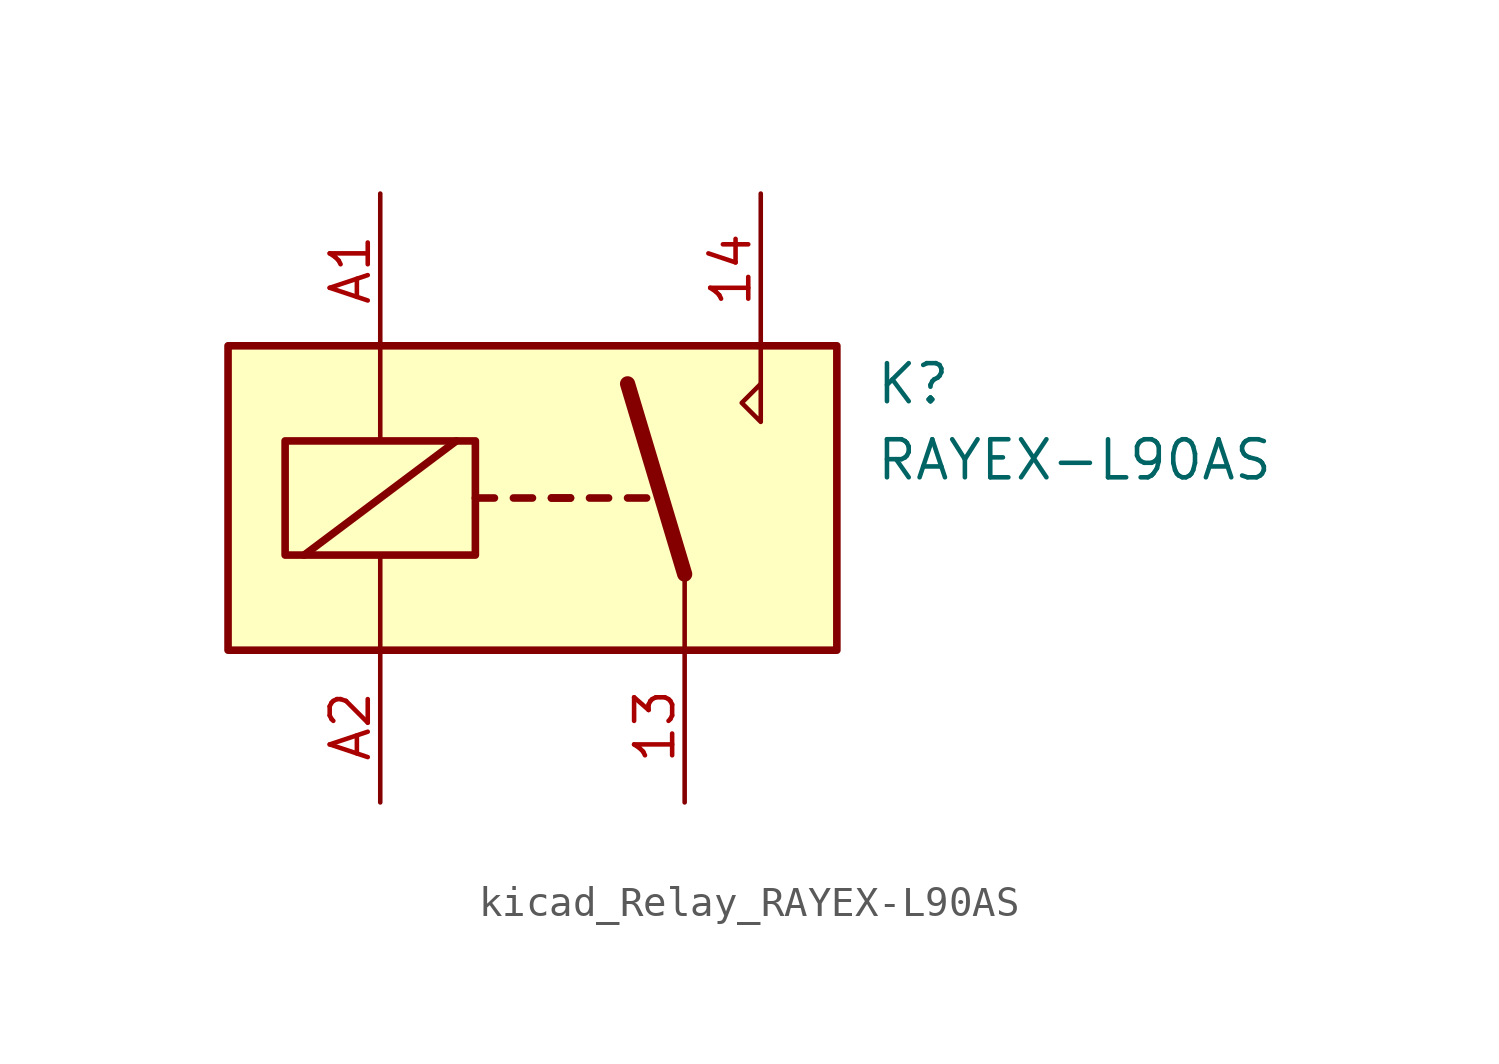
<source format=kicad_sym>
(kicad_symbol_lib
  (version 20220914)
  (generator kicad_symbol_editor)
  (symbol "kicad_Relay_RAYEX-L90AS"
    (property "Reference" "K"
      (at 11.43 3.81 0)
      (effects (font (size 1.27 1.27)) (justify left)))
    (property "Value" "RAYEX-L90AS"
      (at 11.43 1.27 0)
      (effects (font (size 1.27 1.27)) (justify left)))
    (symbol "kicad_Relay_RAYEX-L90AS_1_0"
      (polyline (pts (xy 7.62 3.81) (xy 7.62 5.08)) (stroke (width 0) (type default)) (fill (type none)))
      (polyline (pts (xy 7.62 3.81) (xy 7.62 2.54) (xy 6.985 3.175) (xy 7.62 3.81)) (stroke (width 0) (type default)) (fill (type none))))
    (symbol "kicad_Relay_RAYEX-L90AS_1_1"
      (rectangle (start -10.16 5.08) (end 10.16 -5.08) (stroke (width 0.254) (type default)) (fill (type background)))
      (rectangle (start -8.255 1.905) (end -1.905 -1.905) (stroke (width 0.254) (type default)) (fill (type none)))
      (polyline (pts (xy -7.62 -1.905) (xy -2.54 1.905)) (stroke (width 0.254) (type default)) (fill (type none)))
      (polyline (pts (xy -5.08 -5.08) (xy -5.08 -1.905)) (stroke (width 0) (type default)) (fill (type none)))
      (polyline (pts (xy -5.08 5.08) (xy -5.08 1.905)) (stroke (width 0) (type default)) (fill (type none)))
      (polyline (pts (xy -1.905 0) (xy -1.27 0)) (stroke (width 0.254) (type default)) (fill (type none)))
      (polyline (pts (xy -0.635 0) (xy 0 0)) (stroke (width 0.254) (type default)) (fill (type none)))
      (polyline (pts (xy 0.635 0) (xy 1.27 0)) (stroke (width 0.254) (type default)) (fill (type none)))
      (polyline (pts (xy 0.635 0) (xy 1.27 0)) (stroke (width 0.254) (type default)) (fill (type none)))
      (polyline (pts (xy 1.905 0) (xy 2.54 0)) (stroke (width 0.254) (type default)) (fill (type none)))
      (polyline (pts (xy 3.175 0) (xy 3.81 0)) (stroke (width 0.254) (type default)) (fill (type none)))
      (polyline (pts (xy 5.08 -2.54) (xy 3.175 3.81)) (stroke (width 0.508) (type default)) (fill (type none)))
      (polyline (pts (xy 5.08 -2.54) (xy 5.08 -5.08)) (stroke (width 0) (type default)) (fill (type none)))
      (pin passive line (at 5.08 -10.16 90) (length 5.08) (name "~" (effects (font (size 1.27 1.27)))) (number "13" (effects (font (size 1.27 1.27)))))
      (pin passive line (at 7.62 10.16 270) (length 5.08) (name "~" (effects (font (size 1.27 1.27)))) (number "14" (effects (font (size 1.27 1.27)))))
      (pin passive line (at -5.08 10.16 270) (length 5.08) (name "~" (effects (font (size 1.27 1.27)))) (number "A1" (effects (font (size 1.27 1.27)))))
      (pin passive line (at -5.08 -10.16 90) (length 5.08) (name "~" (effects (font (size 1.27 1.27)))) (number "A2" (effects (font (size 1.27 1.27))))))))
</source>
